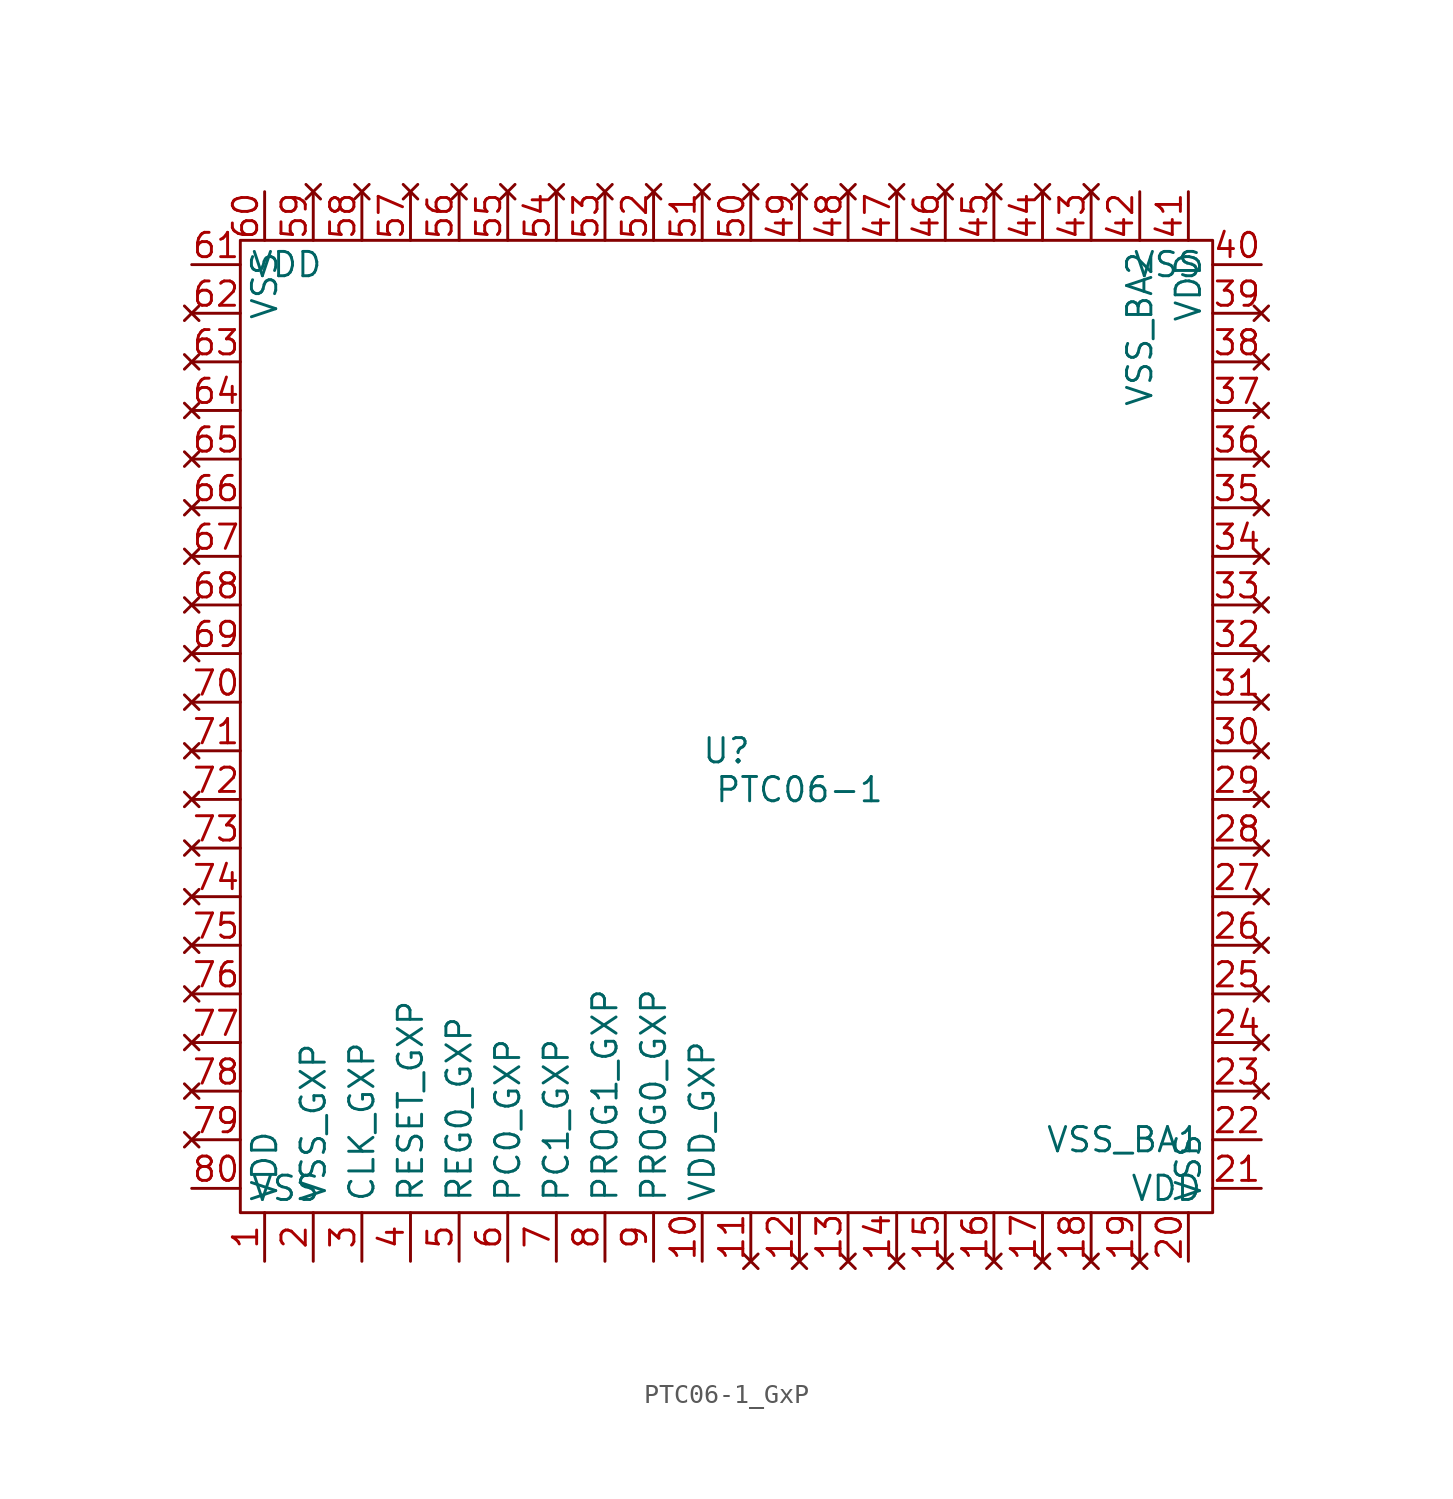
<source format=kicad_sym>
(kicad_symbol_lib
  (version 20231120)
  (generator "kicad_symbol_editor")
  (generator_version "8.0")
  (symbol "PTC06-1_GxP"
    (property "Reference" "U"
      (at 0 0 0)
      (effects (font (size 1.27 1.27))))
    (property "Value" "PTC06-1"
      (at 3.81 -2.032 0)
      (effects (font (size 1.27 1.27))))
    (symbol "PTC06-1_GxP_0_1"
      (rectangle (start -25.4 26.67) (end 25.4 -24.13) (stroke (width 0) (type default)) (fill (type none))))
    (symbol "PTC06-1_GxP_1_0"
      (pin power_in line (at -24.13 -26.67 90) (length 2.54) (name "VDD" (effects (font (size 1.27 1.27)))) (number "1" (effects (font (size 1.27 1.27)))))
      (pin power_out line (at -1.27 -26.67 90) (length 2.54) (name "VDD_GXP" (effects (font (size 1.27 1.27)))) (number "10" (effects (font (size 1.27 1.27)))))
      (pin no_connect line (at 1.27 -26.67 90) (length 2.54) (name "" (effects (font (size 1.27 1.27)))) (number "11" (effects (font (size 1.27 1.27)))))
      (pin no_connect line (at 3.81 -26.67 90) (length 2.54) (name "" (effects (font (size 1.27 1.27)))) (number "12" (effects (font (size 1.27 1.27)))))
      (pin no_connect line (at 6.35 -26.67 90) (length 2.54) (name "" (effects (font (size 1.27 1.27)))) (number "13" (effects (font (size 1.27 1.27)))))
      (pin no_connect line (at 8.89 -26.67 90) (length 2.54) (name "" (effects (font (size 1.27 1.27)))) (number "14" (effects (font (size 1.27 1.27)))))
      (pin no_connect line (at 11.43 -26.67 90) (length 2.54) (name "" (effects (font (size 1.27 1.27)))) (number "15" (effects (font (size 1.27 1.27)))))
      (pin no_connect line (at 13.97 -26.67 90) (length 2.54) (name "" (effects (font (size 1.27 1.27)))) (number "16" (effects (font (size 1.27 1.27)))))
      (pin no_connect line (at 16.51 -26.67 90) (length 2.54) (name "" (effects (font (size 1.27 1.27)))) (number "17" (effects (font (size 1.27 1.27)))))
      (pin no_connect line (at 19.05 -26.67 90) (length 2.54) (name "" (effects (font (size 1.27 1.27)))) (number "18" (effects (font (size 1.27 1.27)))))
      (pin no_connect line (at 21.59 -26.67 90) (length 2.54) (name "" (effects (font (size 1.27 1.27)))) (number "19" (effects (font (size 1.27 1.27)))))
      (pin power_in line (at -21.59 -26.67 90) (length 2.54) (name "VSS_GXP" (effects (font (size 1.27 1.27)))) (number "2" (effects (font (size 1.27 1.27)))))
      (pin power_in line (at 24.13 -26.67 90) (length 2.54) (name "VSS" (effects (font (size 1.27 1.27)))) (number "20" (effects (font (size 1.27 1.27)))))
      (pin power_in line (at 27.94 -22.86 180) (length 2.54) (name "VDD" (effects (font (size 1.27 1.27)))) (number "21" (effects (font (size 1.27 1.27)))))
      (pin power_in line (at 27.94 -20.32 180) (length 2.54) (name "VSS_BA1" (effects (font (size 1.27 1.27)))) (number "22" (effects (font (size 1.27 1.27)))))
      (pin no_connect line (at 27.94 -17.78 180) (length 2.54) (name "" (effects (font (size 1.27 1.27)))) (number "23" (effects (font (size 1.27 1.27)))))
      (pin no_connect line (at 27.94 -15.24 180) (length 2.54) (name "" (effects (font (size 1.27 1.27)))) (number "24" (effects (font (size 1.27 1.27)))))
      (pin no_connect line (at 27.94 -12.7 180) (length 2.54) (name "" (effects (font (size 1.27 1.27)))) (number "25" (effects (font (size 1.27 1.27)))))
      (pin no_connect line (at 27.94 -10.16 180) (length 2.54) (name "" (effects (font (size 1.27 1.27)))) (number "26" (effects (font (size 1.27 1.27)))))
      (pin no_connect line (at 27.94 -7.62 180) (length 2.54) (name "" (effects (font (size 1.27 1.27)))) (number "27" (effects (font (size 1.27 1.27)))))
      (pin no_connect line (at 27.94 -5.08 180) (length 2.54) (name "" (effects (font (size 1.27 1.27)))) (number "28" (effects (font (size 1.27 1.27)))))
      (pin no_connect line (at 27.94 -2.54 180) (length 2.54) (name "" (effects (font (size 1.27 1.27)))) (number "29" (effects (font (size 1.27 1.27)))))
      (pin input line (at -19.05 -26.67 90) (length 2.54) (name "CLK_GXP" (effects (font (size 1.27 1.27)))) (number "3" (effects (font (size 1.27 1.27)))))
      (pin no_connect line (at 27.94 0 180) (length 2.54) (name "" (effects (font (size 1.27 1.27)))) (number "30" (effects (font (size 1.27 1.27)))))
      (pin no_connect line (at 27.94 2.54 180) (length 2.54) (name "" (effects (font (size 1.27 1.27)))) (number "31" (effects (font (size 1.27 1.27)))))
      (pin no_connect line (at 27.94 5.08 180) (length 2.54) (name "" (effects (font (size 1.27 1.27)))) (number "32" (effects (font (size 1.27 1.27)))))
      (pin no_connect line (at 27.94 7.62 180) (length 2.54) (name "" (effects (font (size 1.27 1.27)))) (number "33" (effects (font (size 1.27 1.27)))))
      (pin no_connect line (at 27.94 10.16 180) (length 2.54) (name "" (effects (font (size 1.27 1.27)))) (number "34" (effects (font (size 1.27 1.27)))))
      (pin no_connect line (at 27.94 12.7 180) (length 2.54) (name "" (effects (font (size 1.27 1.27)))) (number "35" (effects (font (size 1.27 1.27)))))
      (pin no_connect line (at 27.94 15.24 180) (length 2.54) (name "" (effects (font (size 1.27 1.27)))) (number "36" (effects (font (size 1.27 1.27)))))
      (pin no_connect line (at 27.94 17.78 180) (length 2.54) (name "" (effects (font (size 1.27 1.27)))) (number "37" (effects (font (size 1.27 1.27)))))
      (pin no_connect line (at 27.94 20.32 180) (length 2.54) (name "" (effects (font (size 1.27 1.27)))) (number "38" (effects (font (size 1.27 1.27)))))
      (pin no_connect line (at 27.94 22.86 180) (length 2.54) (name "" (effects (font (size 1.27 1.27)))) (number "39" (effects (font (size 1.27 1.27)))))
      (pin output line (at -16.51 -26.67 90) (length 2.54) (name "RESET_GXP" (effects (font (size 1.27 1.27)))) (number "4" (effects (font (size 1.27 1.27)))))
      (pin power_in line (at 27.94 25.4 180) (length 2.54) (name "VSS" (effects (font (size 1.27 1.27)))) (number "40" (effects (font (size 1.27 1.27)))))
      (pin power_in line (at 24.13 29.21 270) (length 2.54) (name "VDD" (effects (font (size 1.27 1.27)))) (number "41" (effects (font (size 1.27 1.27)))))
      (pin power_in line (at 21.59 29.21 270) (length 2.54) (name "VSS_BA2" (effects (font (size 1.27 1.27)))) (number "42" (effects (font (size 1.27 1.27)))))
      (pin no_connect line (at 19.05 29.21 270) (length 2.54) (name "" (effects (font (size 1.27 1.27)))) (number "43" (effects (font (size 1.27 1.27)))))
      (pin no_connect line (at 16.51 29.21 270) (length 2.54) (name "" (effects (font (size 1.27 1.27)))) (number "44" (effects (font (size 1.27 1.27)))))
      (pin no_connect line (at 13.97 29.21 270) (length 2.54) (name "" (effects (font (size 1.27 1.27)))) (number "45" (effects (font (size 1.27 1.27)))))
      (pin no_connect line (at 11.43 29.21 270) (length 2.54) (name "" (effects (font (size 1.27 1.27)))) (number "46" (effects (font (size 1.27 1.27)))))
      (pin no_connect line (at 8.89 29.21 270) (length 2.54) (name "" (effects (font (size 1.27 1.27)))) (number "47" (effects (font (size 1.27 1.27)))))
      (pin no_connect line (at 6.35 29.21 270) (length 2.54) (name "" (effects (font (size 1.27 1.27)))) (number "48" (effects (font (size 1.27 1.27)))))
      (pin no_connect line (at 3.81 29.21 270) (length 2.54) (name "" (effects (font (size 1.27 1.27)))) (number "49" (effects (font (size 1.27 1.27)))))
      (pin output line (at -13.97 -26.67 90) (length 2.54) (name "REG0_GXP" (effects (font (size 1.27 1.27)))) (number "5" (effects (font (size 1.27 1.27)))))
      (pin no_connect line (at 1.27 29.21 270) (length 2.54) (name "" (effects (font (size 1.27 1.27)))) (number "50" (effects (font (size 1.27 1.27)))))
      (pin no_connect line (at -1.27 29.21 270) (length 2.54) (name "" (effects (font (size 1.27 1.27)))) (number "51" (effects (font (size 1.27 1.27)))))
      (pin no_connect line (at -3.81 29.21 270) (length 2.54) (name "" (effects (font (size 1.27 1.27)))) (number "52" (effects (font (size 1.27 1.27)))))
      (pin no_connect line (at -6.35 29.21 270) (length 2.54) (name "" (effects (font (size 1.27 1.27)))) (number "53" (effects (font (size 1.27 1.27)))))
      (pin no_connect line (at -8.89 29.21 270) (length 2.54) (name "" (effects (font (size 1.27 1.27)))) (number "54" (effects (font (size 1.27 1.27)))))
      (pin no_connect line (at -11.43 29.21 270) (length 2.54) (name "" (effects (font (size 1.27 1.27)))) (number "55" (effects (font (size 1.27 1.27)))))
      (pin no_connect line (at -13.97 29.21 270) (length 2.54) (name "" (effects (font (size 1.27 1.27)))) (number "56" (effects (font (size 1.27 1.27)))))
      (pin no_connect line (at -16.51 29.21 270) (length 2.54) (name "" (effects (font (size 1.27 1.27)))) (number "57" (effects (font (size 1.27 1.27)))))
      (pin no_connect line (at -19.05 29.21 270) (length 2.54) (name "" (effects (font (size 1.27 1.27)))) (number "58" (effects (font (size 1.27 1.27)))))
      (pin no_connect line (at -21.59 29.21 270) (length 2.54) (name "" (effects (font (size 1.27 1.27)))) (number "59" (effects (font (size 1.27 1.27)))))
      (pin output line (at -11.43 -26.67 90) (length 2.54) (name "PC0_GXP" (effects (font (size 1.27 1.27)))) (number "6" (effects (font (size 1.27 1.27)))))
      (pin power_in line (at -24.13 29.21 270) (length 2.54) (name "VSS" (effects (font (size 1.27 1.27)))) (number "60" (effects (font (size 1.27 1.27)))))
      (pin power_in line (at -27.94 25.4 0) (length 2.54) (name "VDD" (effects (font (size 1.27 1.27)))) (number "61" (effects (font (size 1.27 1.27)))))
      (pin no_connect line (at -27.94 22.86 0) (length 2.54) (name "" (effects (font (size 1.27 1.27)))) (number "62" (effects (font (size 1.27 1.27)))))
      (pin no_connect line (at -27.94 20.32 0) (length 2.54) (name "" (effects (font (size 1.27 1.27)))) (number "63" (effects (font (size 1.27 1.27)))))
      (pin no_connect line (at -27.94 17.78 0) (length 2.54) (name "" (effects (font (size 1.27 1.27)))) (number "64" (effects (font (size 1.27 1.27)))))
      (pin no_connect line (at -27.94 15.24 0) (length 2.54) (name "" (effects (font (size 1.27 1.27)))) (number "65" (effects (font (size 1.27 1.27)))))
      (pin no_connect line (at -27.94 12.7 0) (length 2.54) (name "" (effects (font (size 1.27 1.27)))) (number "66" (effects (font (size 1.27 1.27)))))
      (pin no_connect line (at -27.94 10.16 0) (length 2.54) (name "" (effects (font (size 1.27 1.27)))) (number "67" (effects (font (size 1.27 1.27)))))
      (pin no_connect line (at -27.94 7.62 0) (length 2.54) (name "" (effects (font (size 1.27 1.27)))) (number "68" (effects (font (size 1.27 1.27)))))
      (pin no_connect line (at -27.94 5.08 0) (length 2.54) (name "" (effects (font (size 1.27 1.27)))) (number "69" (effects (font (size 1.27 1.27)))))
      (pin output line (at -8.89 -26.67 90) (length 2.54) (name "PC1_GXP" (effects (font (size 1.27 1.27)))) (number "7" (effects (font (size 1.27 1.27)))))
      (pin no_connect line (at -27.94 2.54 0) (length 2.54) (name "" (effects (font (size 1.27 1.27)))) (number "70" (effects (font (size 1.27 1.27)))))
      (pin no_connect line (at -27.94 0 0) (length 2.54) (name "" (effects (font (size 1.27 1.27)))) (number "71" (effects (font (size 1.27 1.27)))))
      (pin no_connect line (at -27.94 -2.54 0) (length 2.54) (name "" (effects (font (size 1.27 1.27)))) (number "72" (effects (font (size 1.27 1.27)))))
      (pin no_connect line (at -27.94 -5.08 0) (length 2.54) (name "" (effects (font (size 1.27 1.27)))) (number "73" (effects (font (size 1.27 1.27)))))
      (pin no_connect line (at -27.94 -7.62 0) (length 2.54) (name "" (effects (font (size 1.27 1.27)))) (number "74" (effects (font (size 1.27 1.27)))))
      (pin no_connect line (at -27.94 -10.16 0) (length 2.54) (name "" (effects (font (size 1.27 1.27)))) (number "75" (effects (font (size 1.27 1.27)))))
      (pin no_connect line (at -27.94 -12.7 0) (length 2.54) (name "" (effects (font (size 1.27 1.27)))) (number "76" (effects (font (size 1.27 1.27)))))
      (pin no_connect line (at -27.94 -15.24 0) (length 2.54) (name "" (effects (font (size 1.27 1.27)))) (number "77" (effects (font (size 1.27 1.27)))))
      (pin no_connect line (at -27.94 -17.78 0) (length 2.54) (name "" (effects (font (size 1.27 1.27)))) (number "78" (effects (font (size 1.27 1.27)))))
      (pin no_connect line (at -27.94 -20.32 0) (length 2.54) (name "" (effects (font (size 1.27 1.27)))) (number "79" (effects (font (size 1.27 1.27)))))
      (pin input line (at -6.35 -26.67 90) (length 2.54) (name "PROG1_GXP" (effects (font (size 1.27 1.27)))) (number "8" (effects (font (size 1.27 1.27)))))
      (pin power_in line (at -27.94 -22.86 0) (length 2.54) (name "VSS" (effects (font (size 1.27 1.27)))) (number "80" (effects (font (size 1.27 1.27)))))
      (pin input line (at -3.81 -26.67 90) (length 2.54) (name "PROG0_GXP" (effects (font (size 1.27 1.27)))) (number "9" (effects (font (size 1.27 1.27))))))))
</source>
